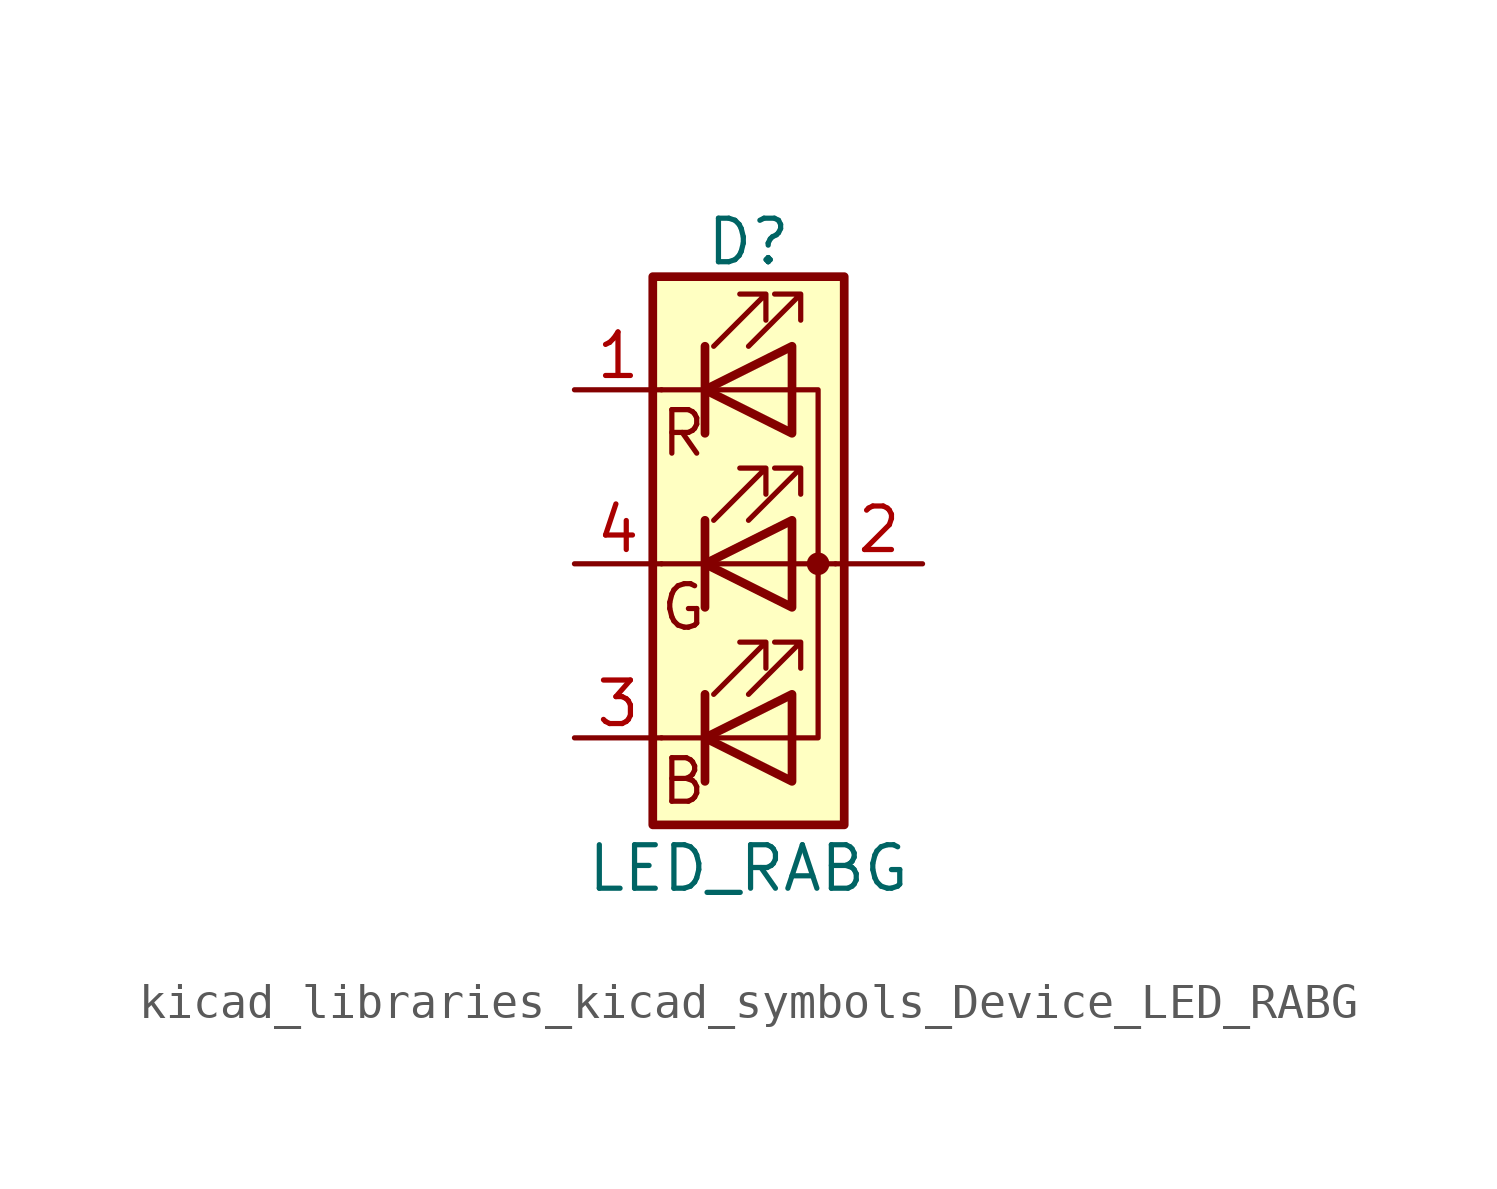
<source format=kicad_sym>
(kicad_symbol_lib
  (version 20220914)
  (generator kicad_symbol_editor)
  (symbol "kicad_libraries_kicad_symbols_Device_LED_RABG"
    (pin_names
      (offset 0) hide)
    (property "Reference" "D"
      (at 0 9.398 0)
      (effects (font (size 1.27 1.27))))
    (property "Value" "LED_RABG"
      (at 0 -8.89 0)
      (effects (font (size 1.27 1.27))))
    (symbol "kicad_libraries_kicad_symbols_Device_LED_RABG_0_0"
      (text "B" (at -1.905 -6.35 0) (effects (font (size 1.27 1.27))))
      (text "G" (at -1.905 -1.27 0) (effects (font (size 1.27 1.27))))
      (text "R" (at -1.905 3.81 0) (effects (font (size 1.27 1.27)))))
    (symbol "kicad_libraries_kicad_symbols_Device_LED_RABG_0_1"
      (polyline (pts (xy -1.27 -5.08) (xy -2.54 -5.08)) (stroke (width 0) (type default)) (fill (type none)))
      (polyline (pts (xy -1.27 -5.08) (xy 1.27 -5.08)) (stroke (width 0) (type default)) (fill (type none)))
      (polyline (pts (xy -1.27 -3.81) (xy -1.27 -6.35)) (stroke (width 0.254) (type default)) (fill (type none)))
      (polyline (pts (xy -1.27 0) (xy -2.54 0)) (stroke (width 0) (type default)) (fill (type none)))
      (polyline (pts (xy -1.27 1.27) (xy -1.27 -1.27)) (stroke (width 0.254) (type default)) (fill (type none)))
      (polyline (pts (xy -1.27 5.08) (xy -2.54 5.08)) (stroke (width 0) (type default)) (fill (type none)))
      (polyline (pts (xy -1.27 5.08) (xy 1.27 5.08)) (stroke (width 0) (type default)) (fill (type none)))
      (polyline (pts (xy -1.27 6.35) (xy -1.27 3.81)) (stroke (width 0.254) (type default)) (fill (type none)))
      (polyline (pts (xy 1.27 0) (xy -1.27 0)) (stroke (width 0) (type default)) (fill (type none)))
      (polyline (pts (xy 1.27 0) (xy 2.54 0)) (stroke (width 0) (type default)) (fill (type none)))
      (polyline (pts (xy -1.27 1.27) (xy -1.27 -1.27) (xy -1.27 -1.27)) (stroke (width 0) (type default)) (fill (type none)))
      (polyline (pts (xy -1.27 6.35) (xy -1.27 3.81) (xy -1.27 3.81)) (stroke (width 0) (type default)) (fill (type none)))
      (polyline (pts (xy 1.27 -5.08) (xy 2.032 -5.08) (xy 2.032 5.08) (xy 1.27 5.08)) (stroke (width 0) (type default)) (fill (type none)))
      (polyline (pts (xy 1.27 -3.81) (xy 1.27 -6.35) (xy -1.27 -5.08) (xy 1.27 -3.81)) (stroke (width 0.254) (type default)) (fill (type none)))
      (polyline (pts (xy 1.27 1.27) (xy 1.27 -1.27) (xy -1.27 0) (xy 1.27 1.27)) (stroke (width 0.254) (type default)) (fill (type none)))
      (polyline (pts (xy 1.27 6.35) (xy 1.27 3.81) (xy -1.27 5.08) (xy 1.27 6.35)) (stroke (width 0.254) (type default)) (fill (type none)))
      (polyline (pts (xy -1.016 -3.81) (xy 0.508 -2.286) (xy -0.254 -2.286) (xy 0.508 -2.286) (xy 0.508 -3.048)) (stroke (width 0) (type default)) (fill (type none)))
      (polyline (pts (xy -1.016 1.27) (xy 0.508 2.794) (xy -0.254 2.794) (xy 0.508 2.794) (xy 0.508 2.032)) (stroke (width 0) (type default)) (fill (type none)))
      (polyline (pts (xy -1.016 6.35) (xy 0.508 7.874) (xy -0.254 7.874) (xy 0.508 7.874) (xy 0.508 7.112)) (stroke (width 0) (type default)) (fill (type none)))
      (polyline (pts (xy 0 -3.81) (xy 1.524 -2.286) (xy 0.762 -2.286) (xy 1.524 -2.286) (xy 1.524 -3.048)) (stroke (width 0) (type default)) (fill (type none)))
      (polyline (pts (xy 0 1.27) (xy 1.524 2.794) (xy 0.762 2.794) (xy 1.524 2.794) (xy 1.524 2.032)) (stroke (width 0) (type default)) (fill (type none)))
      (polyline (pts (xy 0 6.35) (xy 1.524 7.874) (xy 0.762 7.874) (xy 1.524 7.874) (xy 1.524 7.112)) (stroke (width 0) (type default)) (fill (type none)))
      (rectangle (start 1.27 -1.27) (end 1.27 1.27) (stroke (width 0) (type default)) (fill (type none)))
      (rectangle (start 1.27 1.27) (end 1.27 1.27) (stroke (width 0) (type default)) (fill (type none)))
      (rectangle (start 1.27 3.81) (end 1.27 6.35) (stroke (width 0) (type default)) (fill (type none)))
      (rectangle (start 1.27 6.35) (end 1.27 6.35) (stroke (width 0) (type default)) (fill (type none)))
      (circle (center 2.032 0) (radius 0.254) (stroke (width 0) (type default)) (fill (type outline)))
      (rectangle (start 2.794 8.382) (end -2.794 -7.62) (stroke (width 0.254) (type default)) (fill (type background))))
    (symbol "kicad_libraries_kicad_symbols_Device_LED_RABG_1_1"
      (pin passive line (at -5.08 5.08 0) (length 2.54) (name "RK" (effects (font (size 1.27 1.27)))) (number "1" (effects (font (size 1.27 1.27)))))
      (pin passive line (at 5.08 0 180) (length 2.54) (name "A" (effects (font (size 1.27 1.27)))) (number "2" (effects (font (size 1.27 1.27)))))
      (pin passive line (at -5.08 -5.08 0) (length 2.54) (name "BK" (effects (font (size 1.27 1.27)))) (number "3" (effects (font (size 1.27 1.27)))))
      (pin passive line (at -5.08 0 0) (length 2.54) (name "GK" (effects (font (size 1.27 1.27)))) (number "4" (effects (font (size 1.27 1.27))))))))
</source>
